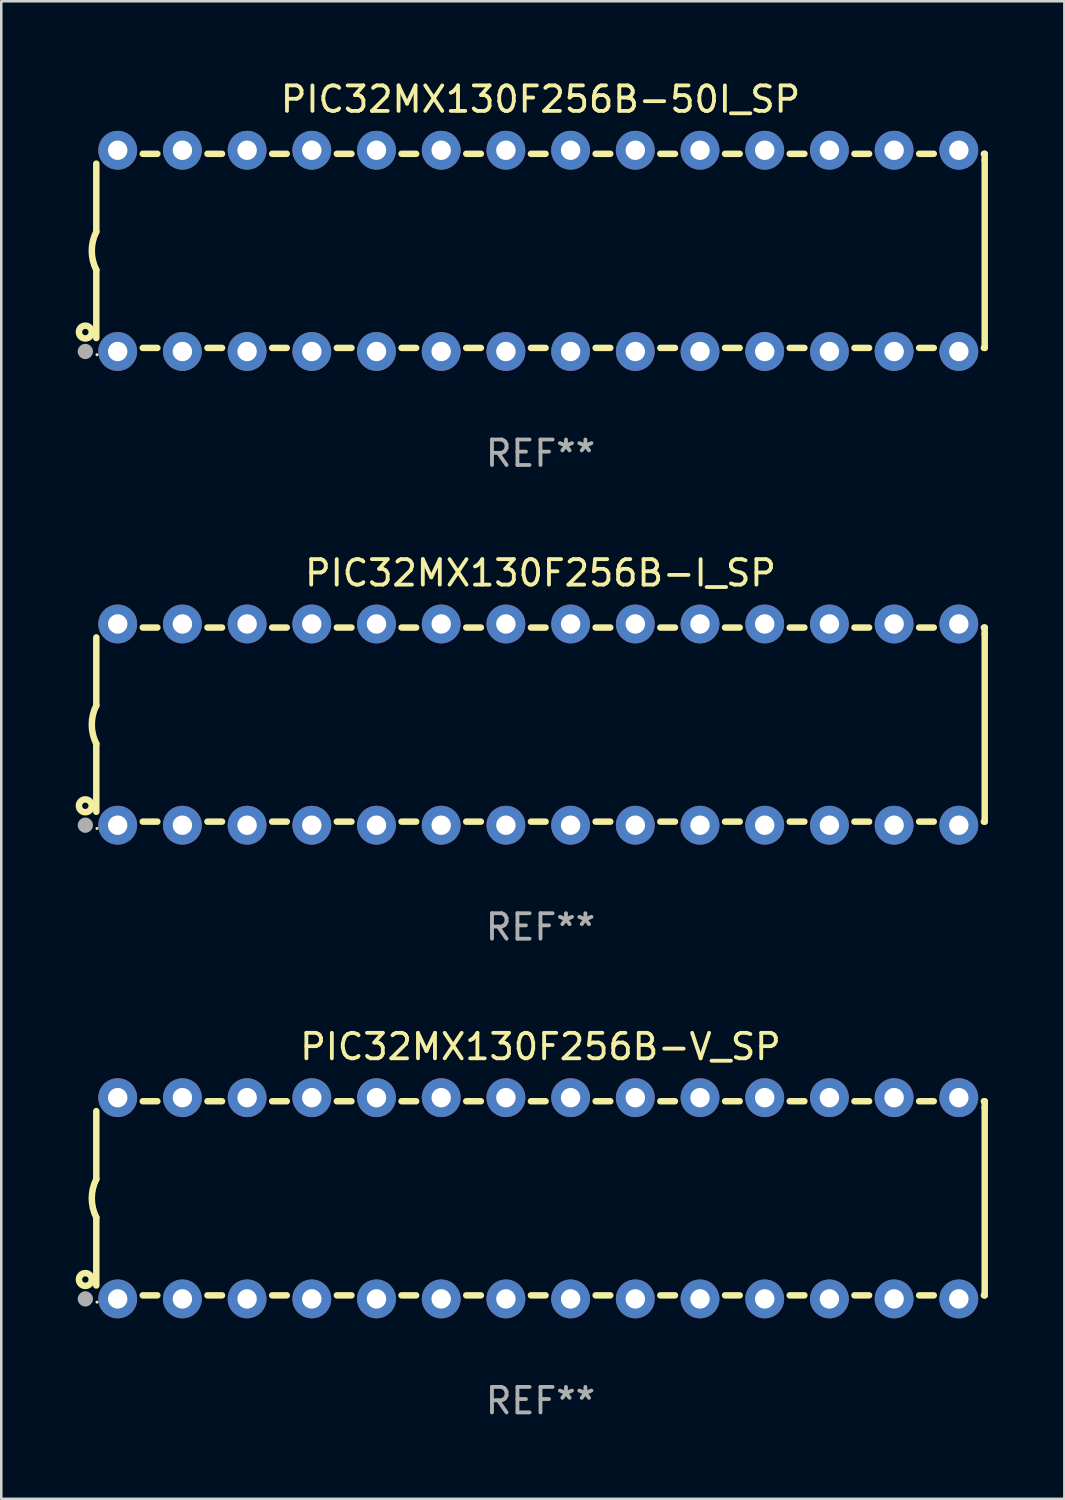
<source format=kicad_pcb>
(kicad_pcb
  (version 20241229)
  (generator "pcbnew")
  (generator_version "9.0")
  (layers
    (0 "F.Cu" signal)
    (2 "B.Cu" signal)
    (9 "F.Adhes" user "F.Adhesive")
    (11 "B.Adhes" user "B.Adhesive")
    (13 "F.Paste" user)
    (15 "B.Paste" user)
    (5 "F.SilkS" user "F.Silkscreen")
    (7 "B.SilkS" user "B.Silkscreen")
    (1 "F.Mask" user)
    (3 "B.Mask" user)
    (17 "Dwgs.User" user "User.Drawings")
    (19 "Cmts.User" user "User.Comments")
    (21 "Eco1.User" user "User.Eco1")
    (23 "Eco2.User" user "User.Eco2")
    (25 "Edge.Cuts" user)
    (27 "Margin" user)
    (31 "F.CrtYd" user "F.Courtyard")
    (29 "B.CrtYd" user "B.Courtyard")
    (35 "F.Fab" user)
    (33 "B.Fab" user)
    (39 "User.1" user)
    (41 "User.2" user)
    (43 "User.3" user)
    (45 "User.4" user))
  (footprint "PIC32MX130F256B-50I_SP"
    (layer "F.Cu")
    (at 18.168 6.798)
    (property "Reference" "PIC32MX130F256B-50I_SP" (at 0 -5.95 0) (layer "F.SilkS") (effects (font (size 1 1) (thickness 0.15))))
    (attr through_hole)
    (fp_line (start -17.438 0.75) (end -17.438 3.423) (stroke (width 0.254) (type solid)) (layer "F.SilkS"))
    (fp_line (start -17.438 -3.423) (end -17.438 -0.75) (stroke (width 0.254) (type solid)) (layer "F.SilkS"))
    (fp_line (start -15.615 3.81) (end -15.041 3.81) (stroke (width 0.254) (type solid)) (layer "F.SilkS"))
    (fp_line (start -15.041 -3.81) (end -15.614 -3.81) (stroke (width 0.254) (type solid)) (layer "F.SilkS"))
    (fp_line (start -13.075 3.81) (end -12.501 3.81) (stroke (width 0.254) (type solid)) (layer "F.SilkS"))
    (fp_line (start -12.501 -3.81) (end -13.074 -3.81) (stroke (width 0.254) (type solid)) (layer "F.SilkS"))
    (fp_line (start -10.535 3.81) (end -9.961 3.81) (stroke (width 0.254) (type solid)) (layer "F.SilkS"))
    (fp_line (start -9.961 -3.81) (end -10.534 -3.81) (stroke (width 0.254) (type solid)) (layer "F.SilkS"))
    (fp_line (start -7.995 3.81) (end -7.421 3.81) (stroke (width 0.254) (type solid)) (layer "F.SilkS"))
    (fp_line (start -7.421 -3.81) (end -7.995 -3.81) (stroke (width 0.254) (type solid)) (layer "F.SilkS"))
    (fp_line (start -5.455 3.81) (end -4.881 3.81) (stroke (width 0.254) (type solid)) (layer "F.SilkS"))
    (fp_line (start -4.881 -3.81) (end -5.455 -3.81) (stroke (width 0.254) (type solid)) (layer "F.SilkS"))
    (fp_line (start -2.915 3.81) (end -2.341 3.81) (stroke (width 0.254) (type solid)) (layer "F.SilkS"))
    (fp_line (start -2.341 -3.81) (end -2.915 -3.81) (stroke (width 0.254) (type solid)) (layer "F.SilkS"))
    (fp_line (start -0.375 3.81) (end 0.199 3.81) (stroke (width 0.254) (type solid)) (layer "F.SilkS"))
    (fp_line (start 0.199 -3.81) (end -0.375 -3.81) (stroke (width 0.254) (type solid)) (layer "F.SilkS"))
    (fp_line (start 2.165 3.81) (end 2.739 3.81) (stroke (width 0.254) (type solid)) (layer "F.SilkS"))
    (fp_line (start 2.739 -3.81) (end 2.165 -3.81) (stroke (width 0.254) (type solid)) (layer "F.SilkS"))
    (fp_line (start 4.705 3.81) (end 5.279 3.81) (stroke (width 0.254) (type solid)) (layer "F.SilkS"))
    (fp_line (start 5.279 -3.81) (end 4.705 -3.81) (stroke (width 0.254) (type solid)) (layer "F.SilkS"))
    (fp_line (start 7.245 3.81) (end 7.819 3.81) (stroke (width 0.254) (type solid)) (layer "F.SilkS"))
    (fp_line (start 7.819 -3.81) (end 7.245 -3.81) (stroke (width 0.254) (type solid)) (layer "F.SilkS"))
    (fp_line (start 9.785 3.81) (end 10.359 3.81) (stroke (width 0.254) (type solid)) (layer "F.SilkS"))
    (fp_line (start 10.359 -3.81) (end 9.785 -3.81) (stroke (width 0.254) (type solid)) (layer "F.SilkS"))
    (fp_line (start 12.325 3.81) (end 12.899 3.81) (stroke (width 0.254) (type solid)) (layer "F.SilkS"))
    (fp_line (start 12.899 -3.81) (end 12.325 -3.81) (stroke (width 0.254) (type solid)) (layer "F.SilkS"))
    (fp_line (start 14.865 3.81) (end 15.439 3.81) (stroke (width 0.254) (type solid)) (layer "F.SilkS"))
    (fp_line (start 15.439 -3.81) (end 14.865 -3.81) (stroke (width 0.254) (type solid)) (layer "F.SilkS"))
    (fp_line (start 17.405 3.81) (end 17.438 3.81) (stroke (width 0.254) (type solid)) (layer "F.SilkS"))
    (fp_line (start 17.438 -3.81) (end 17.405 -3.81) (stroke (width 0.254) (type solid)) (layer "F.SilkS"))
    (fp_line (start 17.438 -3.556) (end 17.438 -3.81) (stroke (width 0.254) (type solid)) (layer "F.SilkS"))
    (fp_line (start 17.438 3.81) (end 17.438 -3.556) (stroke (width 0.254) (type solid)) (layer "F.SilkS"))
    (fp_arc (start -17.437986 0.749657) (mid -17.614887 -0.000024) (end -17.437783 -0.749657) (stroke (width 0.254001) (type solid)) (layer "F.SilkS"))
    (fp_circle (center -17.868 3.188) (end -17.743 3.188) (stroke (width 0.254) (type solid)) (fill no) (layer "F.SilkS"))
    (fp_circle (center -17.411 4.077) (end -17.381 4.077) (stroke (width 0.06) (type solid)) (fill no) (layer "F.SilkS"))
    (fp_circle (center -17.868 3.95) (end -17.718 3.95) (stroke (width 0.3) (type solid)) (fill no) (layer "F.Fab"))
    (fp_text user "REF**" (at 0 7.95 0) (layer "F.Fab") (effects (font (size 1 1) (thickness 0.15))))
    (pad "1" thru_hole circle (at -16.598 3.95) (size 1.524 1.524) (drill 0.762) (layers "*.Cu" "*.Mask"))
    (pad "2" thru_hole circle (at -14.058 3.95) (size 1.524 1.524) (drill 0.762) (layers "*.Cu" "*.Mask"))
    (pad "3" thru_hole circle (at -11.518 3.95) (size 1.524 1.524) (drill 0.762) (layers "*.Cu" "*.Mask"))
    (pad "4" thru_hole circle (at -8.978 3.95) (size 1.524 1.524) (drill 0.762) (layers "*.Cu" "*.Mask"))
    (pad "5" thru_hole circle (at -6.438 3.95) (size 1.524 1.524) (drill 0.762) (layers "*.Cu" "*.Mask"))
    (pad "6" thru_hole circle (at -3.898 3.95) (size 1.524 1.524) (drill 0.762) (layers "*.Cu" "*.Mask"))
    (pad "7" thru_hole circle (at -1.358 3.95) (size 1.524 1.524) (drill 0.762) (layers "*.Cu" "*.Mask"))
    (pad "8" thru_hole circle (at 1.182 3.95) (size 1.524 1.524) (drill 0.762) (layers "*.Cu" "*.Mask"))
    (pad "9" thru_hole circle (at 3.722 3.95) (size 1.524 1.524) (drill 0.762) (layers "*.Cu" "*.Mask"))
    (pad "10" thru_hole circle (at 6.262 3.95) (size 1.524 1.524) (drill 0.762) (layers "*.Cu" "*.Mask"))
    (pad "11" thru_hole circle (at 8.802 3.95) (size 1.524 1.524) (drill 0.762) (layers "*.Cu" "*.Mask"))
    (pad "12" thru_hole circle (at 11.342 3.95) (size 1.524 1.524) (drill 0.762) (layers "*.Cu" "*.Mask"))
    (pad "13" thru_hole circle (at 13.882 3.95) (size 1.524 1.524) (drill 0.762) (layers "*.Cu" "*.Mask"))
    (pad "14" thru_hole circle (at 16.422 3.95) (size 1.524 1.524) (drill 0.762) (layers "*.Cu" "*.Mask"))
    (pad "15" thru_hole circle (at 16.422 -3.95) (size 1.524 1.524) (drill 0.762) (layers "*.Cu" "*.Mask"))
    (pad "16" thru_hole circle (at 13.882 -3.95) (size 1.524 1.524) (drill 0.762) (layers "*.Cu" "*.Mask"))
    (pad "17" thru_hole circle (at 11.342 -3.95) (size 1.524 1.524) (drill 0.762) (layers "*.Cu" "*.Mask"))
    (pad "18" thru_hole circle (at 8.802 -3.95) (size 1.524 1.524) (drill 0.762) (layers "*.Cu" "*.Mask"))
    (pad "19" thru_hole circle (at 6.262 -3.95) (size 1.524 1.524) (drill 0.762) (layers "*.Cu" "*.Mask"))
    (pad "20" thru_hole circle (at 3.722 -3.95) (size 1.524 1.524) (drill 0.762) (layers "*.Cu" "*.Mask"))
    (pad "21" thru_hole circle (at 1.182 -3.95) (size 1.524 1.524) (drill 0.762) (layers "*.Cu" "*.Mask"))
    (pad "22" thru_hole circle (at -1.358 -3.95) (size 1.524 1.524) (drill 0.762) (layers "*.Cu" "*.Mask"))
    (pad "23" thru_hole circle (at -3.898 -3.95) (size 1.524 1.524) (drill 0.762) (layers "*.Cu" "*.Mask"))
    (pad "24" thru_hole circle (at -6.438 -3.95) (size 1.524 1.524) (drill 0.762) (layers "*.Cu" "*.Mask"))
    (pad "25" thru_hole circle (at -8.978 -3.95) (size 1.524 1.524) (drill 0.762) (layers "*.Cu" "*.Mask"))
    (pad "26" thru_hole circle (at -11.517 -3.95) (size 1.524 1.524) (drill 0.762) (layers "*.Cu" "*.Mask"))
    (pad "27" thru_hole circle (at -14.057 -3.95) (size 1.524 1.524) (drill 0.762) (layers "*.Cu" "*.Mask"))
    (pad "28" thru_hole circle (at -16.597 -3.95) (size 1.524 1.524) (drill 0.762) (layers "*.Cu" "*.Mask")))
  (footprint "PIC32MX130F256B-I_SP"
    (layer "F.Cu")
    (at 18.168 25.395)
    (property "Reference" "PIC32MX130F256B-I_SP" (at 0 -5.95 0) (layer "F.SilkS") (effects (font (size 1 1) (thickness 0.15))))
    (attr through_hole)
    (fp_line (start -17.438 0.75) (end -17.438 3.423) (stroke (width 0.254) (type solid)) (layer "F.SilkS"))
    (fp_line (start -17.438 -3.423) (end -17.438 -0.75) (stroke (width 0.254) (type solid)) (layer "F.SilkS"))
    (fp_line (start -15.615 3.81) (end -15.041 3.81) (stroke (width 0.254) (type solid)) (layer "F.SilkS"))
    (fp_line (start -15.041 -3.81) (end -15.614 -3.81) (stroke (width 0.254) (type solid)) (layer "F.SilkS"))
    (fp_line (start -13.075 3.81) (end -12.501 3.81) (stroke (width 0.254) (type solid)) (layer "F.SilkS"))
    (fp_line (start -12.501 -3.81) (end -13.074 -3.81) (stroke (width 0.254) (type solid)) (layer "F.SilkS"))
    (fp_line (start -10.535 3.81) (end -9.961 3.81) (stroke (width 0.254) (type solid)) (layer "F.SilkS"))
    (fp_line (start -9.961 -3.81) (end -10.534 -3.81) (stroke (width 0.254) (type solid)) (layer "F.SilkS"))
    (fp_line (start -7.995 3.81) (end -7.421 3.81) (stroke (width 0.254) (type solid)) (layer "F.SilkS"))
    (fp_line (start -7.421 -3.81) (end -7.995 -3.81) (stroke (width 0.254) (type solid)) (layer "F.SilkS"))
    (fp_line (start -5.455 3.81) (end -4.881 3.81) (stroke (width 0.254) (type solid)) (layer "F.SilkS"))
    (fp_line (start -4.881 -3.81) (end -5.455 -3.81) (stroke (width 0.254) (type solid)) (layer "F.SilkS"))
    (fp_line (start -2.915 3.81) (end -2.341 3.81) (stroke (width 0.254) (type solid)) (layer "F.SilkS"))
    (fp_line (start -2.341 -3.81) (end -2.915 -3.81) (stroke (width 0.254) (type solid)) (layer "F.SilkS"))
    (fp_line (start -0.375 3.81) (end 0.199 3.81) (stroke (width 0.254) (type solid)) (layer "F.SilkS"))
    (fp_line (start 0.199 -3.81) (end -0.375 -3.81) (stroke (width 0.254) (type solid)) (layer "F.SilkS"))
    (fp_line (start 2.165 3.81) (end 2.739 3.81) (stroke (width 0.254) (type solid)) (layer "F.SilkS"))
    (fp_line (start 2.739 -3.81) (end 2.165 -3.81) (stroke (width 0.254) (type solid)) (layer "F.SilkS"))
    (fp_line (start 4.705 3.81) (end 5.279 3.81) (stroke (width 0.254) (type solid)) (layer "F.SilkS"))
    (fp_line (start 5.279 -3.81) (end 4.705 -3.81) (stroke (width 0.254) (type solid)) (layer "F.SilkS"))
    (fp_line (start 7.245 3.81) (end 7.819 3.81) (stroke (width 0.254) (type solid)) (layer "F.SilkS"))
    (fp_line (start 7.819 -3.81) (end 7.245 -3.81) (stroke (width 0.254) (type solid)) (layer "F.SilkS"))
    (fp_line (start 9.785 3.81) (end 10.359 3.81) (stroke (width 0.254) (type solid)) (layer "F.SilkS"))
    (fp_line (start 10.359 -3.81) (end 9.785 -3.81) (stroke (width 0.254) (type solid)) (layer "F.SilkS"))
    (fp_line (start 12.325 3.81) (end 12.899 3.81) (stroke (width 0.254) (type solid)) (layer "F.SilkS"))
    (fp_line (start 12.899 -3.81) (end 12.325 -3.81) (stroke (width 0.254) (type solid)) (layer "F.SilkS"))
    (fp_line (start 14.865 3.81) (end 15.439 3.81) (stroke (width 0.254) (type solid)) (layer "F.SilkS"))
    (fp_line (start 15.439 -3.81) (end 14.865 -3.81) (stroke (width 0.254) (type solid)) (layer "F.SilkS"))
    (fp_line (start 17.405 3.81) (end 17.438 3.81) (stroke (width 0.254) (type solid)) (layer "F.SilkS"))
    (fp_line (start 17.438 -3.81) (end 17.405 -3.81) (stroke (width 0.254) (type solid)) (layer "F.SilkS"))
    (fp_line (start 17.438 -3.556) (end 17.438 -3.81) (stroke (width 0.254) (type solid)) (layer "F.SilkS"))
    (fp_line (start 17.438 3.81) (end 17.438 -3.556) (stroke (width 0.254) (type solid)) (layer "F.SilkS"))
    (fp_arc (start -17.437986 0.749657) (mid -17.614887 -0.000024) (end -17.437783 -0.749657) (stroke (width 0.254001) (type solid)) (layer "F.SilkS"))
    (fp_circle (center -17.868 3.188) (end -17.743 3.188) (stroke (width 0.254) (type solid)) (fill no) (layer "F.SilkS"))
    (fp_circle (center -17.411 4.077) (end -17.381 4.077) (stroke (width 0.06) (type solid)) (fill no) (layer "F.SilkS"))
    (fp_circle (center -17.868 3.95) (end -17.718 3.95) (stroke (width 0.3) (type solid)) (fill no) (layer "F.Fab"))
    (fp_text user "REF**" (at 0 7.95 0) (layer "F.Fab") (effects (font (size 1 1) (thickness 0.15))))
    (pad "1" thru_hole circle (at -16.598 3.95) (size 1.524 1.524) (drill 0.762) (layers "*.Cu" "*.Mask"))
    (pad "2" thru_hole circle (at -14.058 3.95) (size 1.524 1.524) (drill 0.762) (layers "*.Cu" "*.Mask"))
    (pad "3" thru_hole circle (at -11.518 3.95) (size 1.524 1.524) (drill 0.762) (layers "*.Cu" "*.Mask"))
    (pad "4" thru_hole circle (at -8.978 3.95) (size 1.524 1.524) (drill 0.762) (layers "*.Cu" "*.Mask"))
    (pad "5" thru_hole circle (at -6.438 3.95) (size 1.524 1.524) (drill 0.762) (layers "*.Cu" "*.Mask"))
    (pad "6" thru_hole circle (at -3.898 3.95) (size 1.524 1.524) (drill 0.762) (layers "*.Cu" "*.Mask"))
    (pad "7" thru_hole circle (at -1.358 3.95) (size 1.524 1.524) (drill 0.762) (layers "*.Cu" "*.Mask"))
    (pad "8" thru_hole circle (at 1.182 3.95) (size 1.524 1.524) (drill 0.762) (layers "*.Cu" "*.Mask"))
    (pad "9" thru_hole circle (at 3.722 3.95) (size 1.524 1.524) (drill 0.762) (layers "*.Cu" "*.Mask"))
    (pad "10" thru_hole circle (at 6.262 3.95) (size 1.524 1.524) (drill 0.762) (layers "*.Cu" "*.Mask"))
    (pad "11" thru_hole circle (at 8.802 3.95) (size 1.524 1.524) (drill 0.762) (layers "*.Cu" "*.Mask"))
    (pad "12" thru_hole circle (at 11.342 3.95) (size 1.524 1.524) (drill 0.762) (layers "*.Cu" "*.Mask"))
    (pad "13" thru_hole circle (at 13.882 3.95) (size 1.524 1.524) (drill 0.762) (layers "*.Cu" "*.Mask"))
    (pad "14" thru_hole circle (at 16.422 3.95) (size 1.524 1.524) (drill 0.762) (layers "*.Cu" "*.Mask"))
    (pad "15" thru_hole circle (at 16.422 -3.95) (size 1.524 1.524) (drill 0.762) (layers "*.Cu" "*.Mask"))
    (pad "16" thru_hole circle (at 13.882 -3.95) (size 1.524 1.524) (drill 0.762) (layers "*.Cu" "*.Mask"))
    (pad "17" thru_hole circle (at 11.342 -3.95) (size 1.524 1.524) (drill 0.762) (layers "*.Cu" "*.Mask"))
    (pad "18" thru_hole circle (at 8.802 -3.95) (size 1.524 1.524) (drill 0.762) (layers "*.Cu" "*.Mask"))
    (pad "19" thru_hole circle (at 6.262 -3.95) (size 1.524 1.524) (drill 0.762) (layers "*.Cu" "*.Mask"))
    (pad "20" thru_hole circle (at 3.722 -3.95) (size 1.524 1.524) (drill 0.762) (layers "*.Cu" "*.Mask"))
    (pad "21" thru_hole circle (at 1.182 -3.95) (size 1.524 1.524) (drill 0.762) (layers "*.Cu" "*.Mask"))
    (pad "22" thru_hole circle (at -1.358 -3.95) (size 1.524 1.524) (drill 0.762) (layers "*.Cu" "*.Mask"))
    (pad "23" thru_hole circle (at -3.898 -3.95) (size 1.524 1.524) (drill 0.762) (layers "*.Cu" "*.Mask"))
    (pad "24" thru_hole circle (at -6.438 -3.95) (size 1.524 1.524) (drill 0.762) (layers "*.Cu" "*.Mask"))
    (pad "25" thru_hole circle (at -8.978 -3.95) (size 1.524 1.524) (drill 0.762) (layers "*.Cu" "*.Mask"))
    (pad "26" thru_hole circle (at -11.517 -3.95) (size 1.524 1.524) (drill 0.762) (layers "*.Cu" "*.Mask"))
    (pad "27" thru_hole circle (at -14.057 -3.95) (size 1.524 1.524) (drill 0.762) (layers "*.Cu" "*.Mask"))
    (pad "28" thru_hole circle (at -16.597 -3.95) (size 1.524 1.524) (drill 0.762) (layers "*.Cu" "*.Mask")))
  (footprint "PIC32MX130F256B-V_SP"
    (layer "F.Cu")
    (at 18.168 43.991)
    (property "Reference" "PIC32MX130F256B-V_SP" (at 0 -5.95 0) (layer "F.SilkS") (effects (font (size 1 1) (thickness 0.15))))
    (attr through_hole)
    (fp_line (start -17.438 0.75) (end -17.438 3.423) (stroke (width 0.254) (type solid)) (layer "F.SilkS"))
    (fp_line (start -17.438 -3.423) (end -17.438 -0.75) (stroke (width 0.254) (type solid)) (layer "F.SilkS"))
    (fp_line (start -15.615 3.81) (end -15.041 3.81) (stroke (width 0.254) (type solid)) (layer "F.SilkS"))
    (fp_line (start -15.041 -3.81) (end -15.614 -3.81) (stroke (width 0.254) (type solid)) (layer "F.SilkS"))
    (fp_line (start -13.075 3.81) (end -12.501 3.81) (stroke (width 0.254) (type solid)) (layer "F.SilkS"))
    (fp_line (start -12.501 -3.81) (end -13.074 -3.81) (stroke (width 0.254) (type solid)) (layer "F.SilkS"))
    (fp_line (start -10.535 3.81) (end -9.961 3.81) (stroke (width 0.254) (type solid)) (layer "F.SilkS"))
    (fp_line (start -9.961 -3.81) (end -10.534 -3.81) (stroke (width 0.254) (type solid)) (layer "F.SilkS"))
    (fp_line (start -7.995 3.81) (end -7.421 3.81) (stroke (width 0.254) (type solid)) (layer "F.SilkS"))
    (fp_line (start -7.421 -3.81) (end -7.995 -3.81) (stroke (width 0.254) (type solid)) (layer "F.SilkS"))
    (fp_line (start -5.455 3.81) (end -4.881 3.81) (stroke (width 0.254) (type solid)) (layer "F.SilkS"))
    (fp_line (start -4.881 -3.81) (end -5.455 -3.81) (stroke (width 0.254) (type solid)) (layer "F.SilkS"))
    (fp_line (start -2.915 3.81) (end -2.341 3.81) (stroke (width 0.254) (type solid)) (layer "F.SilkS"))
    (fp_line (start -2.341 -3.81) (end -2.915 -3.81) (stroke (width 0.254) (type solid)) (layer "F.SilkS"))
    (fp_line (start -0.375 3.81) (end 0.199 3.81) (stroke (width 0.254) (type solid)) (layer "F.SilkS"))
    (fp_line (start 0.199 -3.81) (end -0.375 -3.81) (stroke (width 0.254) (type solid)) (layer "F.SilkS"))
    (fp_line (start 2.165 3.81) (end 2.739 3.81) (stroke (width 0.254) (type solid)) (layer "F.SilkS"))
    (fp_line (start 2.739 -3.81) (end 2.165 -3.81) (stroke (width 0.254) (type solid)) (layer "F.SilkS"))
    (fp_line (start 4.705 3.81) (end 5.279 3.81) (stroke (width 0.254) (type solid)) (layer "F.SilkS"))
    (fp_line (start 5.279 -3.81) (end 4.705 -3.81) (stroke (width 0.254) (type solid)) (layer "F.SilkS"))
    (fp_line (start 7.245 3.81) (end 7.819 3.81) (stroke (width 0.254) (type solid)) (layer "F.SilkS"))
    (fp_line (start 7.819 -3.81) (end 7.245 -3.81) (stroke (width 0.254) (type solid)) (layer "F.SilkS"))
    (fp_line (start 9.785 3.81) (end 10.359 3.81) (stroke (width 0.254) (type solid)) (layer "F.SilkS"))
    (fp_line (start 10.359 -3.81) (end 9.785 -3.81) (stroke (width 0.254) (type solid)) (layer "F.SilkS"))
    (fp_line (start 12.325 3.81) (end 12.899 3.81) (stroke (width 0.254) (type solid)) (layer "F.SilkS"))
    (fp_line (start 12.899 -3.81) (end 12.325 -3.81) (stroke (width 0.254) (type solid)) (layer "F.SilkS"))
    (fp_line (start 14.865 3.81) (end 15.439 3.81) (stroke (width 0.254) (type solid)) (layer "F.SilkS"))
    (fp_line (start 15.439 -3.81) (end 14.865 -3.81) (stroke (width 0.254) (type solid)) (layer "F.SilkS"))
    (fp_line (start 17.405 3.81) (end 17.438 3.81) (stroke (width 0.254) (type solid)) (layer "F.SilkS"))
    (fp_line (start 17.438 -3.81) (end 17.405 -3.81) (stroke (width 0.254) (type solid)) (layer "F.SilkS"))
    (fp_line (start 17.438 -3.556) (end 17.438 -3.81) (stroke (width 0.254) (type solid)) (layer "F.SilkS"))
    (fp_line (start 17.438 3.81) (end 17.438 -3.556) (stroke (width 0.254) (type solid)) (layer "F.SilkS"))
    (fp_arc (start -17.437986 0.749657) (mid -17.614887 -0.000024) (end -17.437783 -0.749657) (stroke (width 0.254001) (type solid)) (layer "F.SilkS"))
    (fp_circle (center -17.868 3.188) (end -17.743 3.188) (stroke (width 0.254) (type solid)) (fill no) (layer "F.SilkS"))
    (fp_circle (center -17.411 4.077) (end -17.381 4.077) (stroke (width 0.06) (type solid)) (fill no) (layer "F.SilkS"))
    (fp_circle (center -17.868 3.95) (end -17.718 3.95) (stroke (width 0.3) (type solid)) (fill no) (layer "F.Fab"))
    (fp_text user "REF**" (at 0 7.95 0) (layer "F.Fab") (effects (font (size 1 1) (thickness 0.15))))
    (pad "1" thru_hole circle (at -16.598 3.95) (size 1.524 1.524) (drill 0.762) (layers "*.Cu" "*.Mask"))
    (pad "2" thru_hole circle (at -14.058 3.95) (size 1.524 1.524) (drill 0.762) (layers "*.Cu" "*.Mask"))
    (pad "3" thru_hole circle (at -11.518 3.95) (size 1.524 1.524) (drill 0.762) (layers "*.Cu" "*.Mask"))
    (pad "4" thru_hole circle (at -8.978 3.95) (size 1.524 1.524) (drill 0.762) (layers "*.Cu" "*.Mask"))
    (pad "5" thru_hole circle (at -6.438 3.95) (size 1.524 1.524) (drill 0.762) (layers "*.Cu" "*.Mask"))
    (pad "6" thru_hole circle (at -3.898 3.95) (size 1.524 1.524) (drill 0.762) (layers "*.Cu" "*.Mask"))
    (pad "7" thru_hole circle (at -1.358 3.95) (size 1.524 1.524) (drill 0.762) (layers "*.Cu" "*.Mask"))
    (pad "8" thru_hole circle (at 1.182 3.95) (size 1.524 1.524) (drill 0.762) (layers "*.Cu" "*.Mask"))
    (pad "9" thru_hole circle (at 3.722 3.95) (size 1.524 1.524) (drill 0.762) (layers "*.Cu" "*.Mask"))
    (pad "10" thru_hole circle (at 6.262 3.95) (size 1.524 1.524) (drill 0.762) (layers "*.Cu" "*.Mask"))
    (pad "11" thru_hole circle (at 8.802 3.95) (size 1.524 1.524) (drill 0.762) (layers "*.Cu" "*.Mask"))
    (pad "12" thru_hole circle (at 11.342 3.95) (size 1.524 1.524) (drill 0.762) (layers "*.Cu" "*.Mask"))
    (pad "13" thru_hole circle (at 13.882 3.95) (size 1.524 1.524) (drill 0.762) (layers "*.Cu" "*.Mask"))
    (pad "14" thru_hole circle (at 16.422 3.95) (size 1.524 1.524) (drill 0.762) (layers "*.Cu" "*.Mask"))
    (pad "15" thru_hole circle (at 16.422 -3.95) (size 1.524 1.524) (drill 0.762) (layers "*.Cu" "*.Mask"))
    (pad "16" thru_hole circle (at 13.882 -3.95) (size 1.524 1.524) (drill 0.762) (layers "*.Cu" "*.Mask"))
    (pad "17" thru_hole circle (at 11.342 -3.95) (size 1.524 1.524) (drill 0.762) (layers "*.Cu" "*.Mask"))
    (pad "18" thru_hole circle (at 8.802 -3.95) (size 1.524 1.524) (drill 0.762) (layers "*.Cu" "*.Mask"))
    (pad "19" thru_hole circle (at 6.262 -3.95) (size 1.524 1.524) (drill 0.762) (layers "*.Cu" "*.Mask"))
    (pad "20" thru_hole circle (at 3.722 -3.95) (size 1.524 1.524) (drill 0.762) (layers "*.Cu" "*.Mask"))
    (pad "21" thru_hole circle (at 1.182 -3.95) (size 1.524 1.524) (drill 0.762) (layers "*.Cu" "*.Mask"))
    (pad "22" thru_hole circle (at -1.358 -3.95) (size 1.524 1.524) (drill 0.762) (layers "*.Cu" "*.Mask"))
    (pad "23" thru_hole circle (at -3.898 -3.95) (size 1.524 1.524) (drill 0.762) (layers "*.Cu" "*.Mask"))
    (pad "24" thru_hole circle (at -6.438 -3.95) (size 1.524 1.524) (drill 0.762) (layers "*.Cu" "*.Mask"))
    (pad "25" thru_hole circle (at -8.978 -3.95) (size 1.524 1.524) (drill 0.762) (layers "*.Cu" "*.Mask"))
    (pad "26" thru_hole circle (at -11.517 -3.95) (size 1.524 1.524) (drill 0.762) (layers "*.Cu" "*.Mask"))
    (pad "27" thru_hole circle (at -14.057 -3.95) (size 1.524 1.524) (drill 0.762) (layers "*.Cu" "*.Mask"))
    (pad "28" thru_hole circle (at -16.597 -3.95) (size 1.524 1.524) (drill 0.762) (layers "*.Cu" "*.Mask")))
  (gr_rect
    (start -3 -3)
    (end 38.733 55.789)
    (stroke (width 0.1) (type default))
    (fill no)
    (layer "Edge.Cuts")))
</source>
